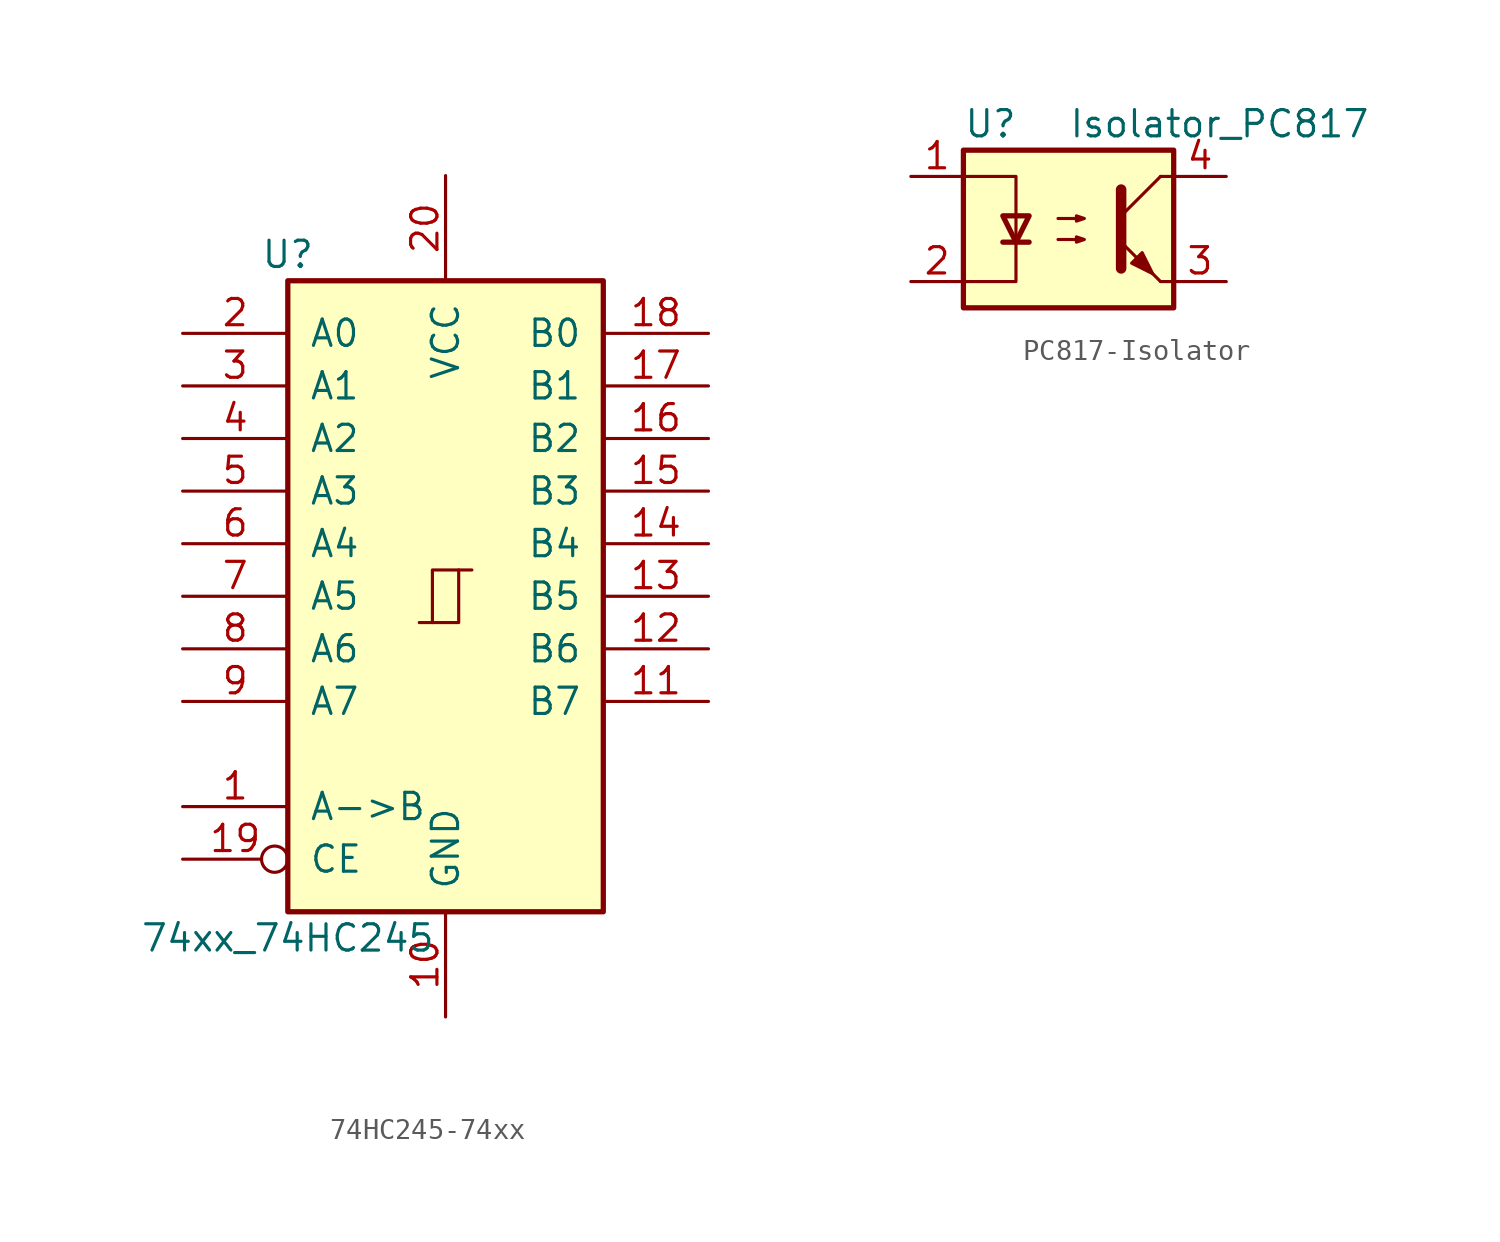
<source format=kicad_sym>
(kicad_symbol_lib
  (version 20220914)
  (generator kicad_symbol_editor)
  (symbol "74HC245-74xx"
    (pin_names
      (offset 1.016))
    (property "Reference" "U"
      (at -7.62 16.51 0)
      (effects (font (size 1.27 1.27))))
    (property "Value" "74xx_74HC245"
      (at -7.62 -16.51 0)
      (effects (font (size 1.27 1.27))))
    (property "ki_locked" ""
      (at 0 0 0)
      (effects (font (size 1.27 1.27))))
    (symbol "74HC245-74xx_1_0"
      (polyline (pts (xy -0.635 -1.27) (xy -0.635 1.27) (xy 0.635 1.27)) (stroke (width 0) (type solid)) (fill (type none)))
      (polyline (pts (xy -1.27 -1.27) (xy 0.635 -1.27) (xy 0.635 1.27) (xy 1.27 1.27)) (stroke (width 0) (type solid)) (fill (type none)))
      (pin input line (at -12.7 -10.16 0) (length 5.08) (name "A->B" (effects (font (size 1.27 1.27)))) (number "1" (effects (font (size 1.27 1.27)))))
      (pin power_in line (at 0 -20.32 90) (length 5.08) (name "GND" (effects (font (size 1.27 1.27)))) (number "10" (effects (font (size 1.27 1.27)))))
      (pin tri_state line (at 12.7 -5.08 180) (length 5.08) (name "B7" (effects (font (size 1.27 1.27)))) (number "11" (effects (font (size 1.27 1.27)))))
      (pin tri_state line (at 12.7 -2.54 180) (length 5.08) (name "B6" (effects (font (size 1.27 1.27)))) (number "12" (effects (font (size 1.27 1.27)))))
      (pin tri_state line (at 12.7 0 180) (length 5.08) (name "B5" (effects (font (size 1.27 1.27)))) (number "13" (effects (font (size 1.27 1.27)))))
      (pin tri_state line (at 12.7 2.54 180) (length 5.08) (name "B4" (effects (font (size 1.27 1.27)))) (number "14" (effects (font (size 1.27 1.27)))))
      (pin tri_state line (at 12.7 5.08 180) (length 5.08) (name "B3" (effects (font (size 1.27 1.27)))) (number "15" (effects (font (size 1.27 1.27)))))
      (pin tri_state line (at 12.7 7.62 180) (length 5.08) (name "B2" (effects (font (size 1.27 1.27)))) (number "16" (effects (font (size 1.27 1.27)))))
      (pin tri_state line (at 12.7 10.16 180) (length 5.08) (name "B1" (effects (font (size 1.27 1.27)))) (number "17" (effects (font (size 1.27 1.27)))))
      (pin tri_state line (at 12.7 12.7 180) (length 5.08) (name "B0" (effects (font (size 1.27 1.27)))) (number "18" (effects (font (size 1.27 1.27)))))
      (pin input inverted (at -12.7 -12.7 0) (length 5.08) (name "CE" (effects (font (size 1.27 1.27)))) (number "19" (effects (font (size 1.27 1.27)))))
      (pin tri_state line (at -12.7 12.7 0) (length 5.08) (name "A0" (effects (font (size 1.27 1.27)))) (number "2" (effects (font (size 1.27 1.27)))))
      (pin power_in line (at 0 20.32 270) (length 5.08) (name "VCC" (effects (font (size 1.27 1.27)))) (number "20" (effects (font (size 1.27 1.27)))))
      (pin tri_state line (at -12.7 10.16 0) (length 5.08) (name "A1" (effects (font (size 1.27 1.27)))) (number "3" (effects (font (size 1.27 1.27)))))
      (pin tri_state line (at -12.7 7.62 0) (length 5.08) (name "A2" (effects (font (size 1.27 1.27)))) (number "4" (effects (font (size 1.27 1.27)))))
      (pin tri_state line (at -12.7 5.08 0) (length 5.08) (name "A3" (effects (font (size 1.27 1.27)))) (number "5" (effects (font (size 1.27 1.27)))))
      (pin tri_state line (at -12.7 2.54 0) (length 5.08) (name "A4" (effects (font (size 1.27 1.27)))) (number "6" (effects (font (size 1.27 1.27)))))
      (pin tri_state line (at -12.7 0 0) (length 5.08) (name "A5" (effects (font (size 1.27 1.27)))) (number "7" (effects (font (size 1.27 1.27)))))
      (pin tri_state line (at -12.7 -2.54 0) (length 5.08) (name "A6" (effects (font (size 1.27 1.27)))) (number "8" (effects (font (size 1.27 1.27)))))
      (pin tri_state line (at -12.7 -5.08 0) (length 5.08) (name "A7" (effects (font (size 1.27 1.27)))) (number "9" (effects (font (size 1.27 1.27))))))
    (symbol "74HC245-74xx_1_1"
      (rectangle (start -7.62 15.24) (end 7.62 -15.24) (stroke (width 0.254) (type solid)) (fill (type background)))))
  (symbol "PC817-Isolator"
    (pin_names
      (offset 1.016))
    (property "Reference" "U"
      (at -5.08 5.08 0)
      (effects (font (size 1.27 1.27)) (justify left)))
    (property "Value" "Isolator_PC817"
      (at 0 5.08 0)
      (effects (font (size 1.27 1.27)) (justify left)))
    (symbol "PC817-Isolator_0_1"
      (rectangle (start -5.08 3.81) (end 5.08 -3.81) (stroke (width 0.254) (type solid)) (fill (type background)))
      (polyline (pts (xy -3.175 -0.635) (xy -1.905 -0.635)) (stroke (width 0.254) (type solid)) (fill (type none)))
      (polyline (pts (xy 2.54 0.635) (xy 4.445 2.54)) (stroke (width 0) (type solid)) (fill (type none)))
      (polyline (pts (xy 4.445 -2.54) (xy 2.54 -0.635)) (stroke (width 0) (type solid)) (fill (type outline)))
      (polyline (pts (xy 4.445 -2.54) (xy 5.08 -2.54)) (stroke (width 0) (type solid)) (fill (type none)))
      (polyline (pts (xy 4.445 2.54) (xy 5.08 2.54)) (stroke (width 0) (type solid)) (fill (type none)))
      (polyline (pts (xy -5.08 2.54) (xy -2.54 2.54) (xy -2.54 -0.635)) (stroke (width 0) (type solid)) (fill (type none)))
      (polyline (pts (xy -2.54 -0.635) (xy -2.54 -2.54) (xy -5.08 -2.54)) (stroke (width 0) (type solid)) (fill (type none)))
      (polyline (pts (xy 2.54 1.905) (xy 2.54 -1.905) (xy 2.54 -1.905)) (stroke (width 0.508) (type solid)) (fill (type none)))
      (polyline (pts (xy -2.54 -0.635) (xy -3.175 0.635) (xy -1.905 0.635) (xy -2.54 -0.635)) (stroke (width 0.254) (type solid)) (fill (type none)))
      (polyline (pts (xy -0.508 -0.508) (xy 0.762 -0.508) (xy 0.381 -0.635) (xy 0.381 -0.381) (xy 0.762 -0.508)) (stroke (width 0) (type solid)) (fill (type none)))
      (polyline (pts (xy -0.508 0.508) (xy 0.762 0.508) (xy 0.381 0.381) (xy 0.381 0.635) (xy 0.762 0.508)) (stroke (width 0) (type solid)) (fill (type none)))
      (polyline (pts (xy 3.048 -1.651) (xy 3.556 -1.143) (xy 4.064 -2.159) (xy 3.048 -1.651) (xy 3.048 -1.651)) (stroke (width 0) (type solid)) (fill (type outline))))
    (symbol "PC817-Isolator_1_1"
      (pin passive line (at -7.62 2.54 0) (length 2.54) (name "~" (effects (font (size 1.27 1.27)))) (number "1" (effects (font (size 1.27 1.27)))))
      (pin passive line (at -7.62 -2.54 0) (length 2.54) (name "~" (effects (font (size 1.27 1.27)))) (number "2" (effects (font (size 1.27 1.27)))))
      (pin passive line (at 7.62 -2.54 180) (length 2.54) (name "~" (effects (font (size 1.27 1.27)))) (number "3" (effects (font (size 1.27 1.27)))))
      (pin passive line (at 7.62 2.54 180) (length 2.54) (name "~" (effects (font (size 1.27 1.27)))) (number "4" (effects (font (size 1.27 1.27))))))))
</source>
